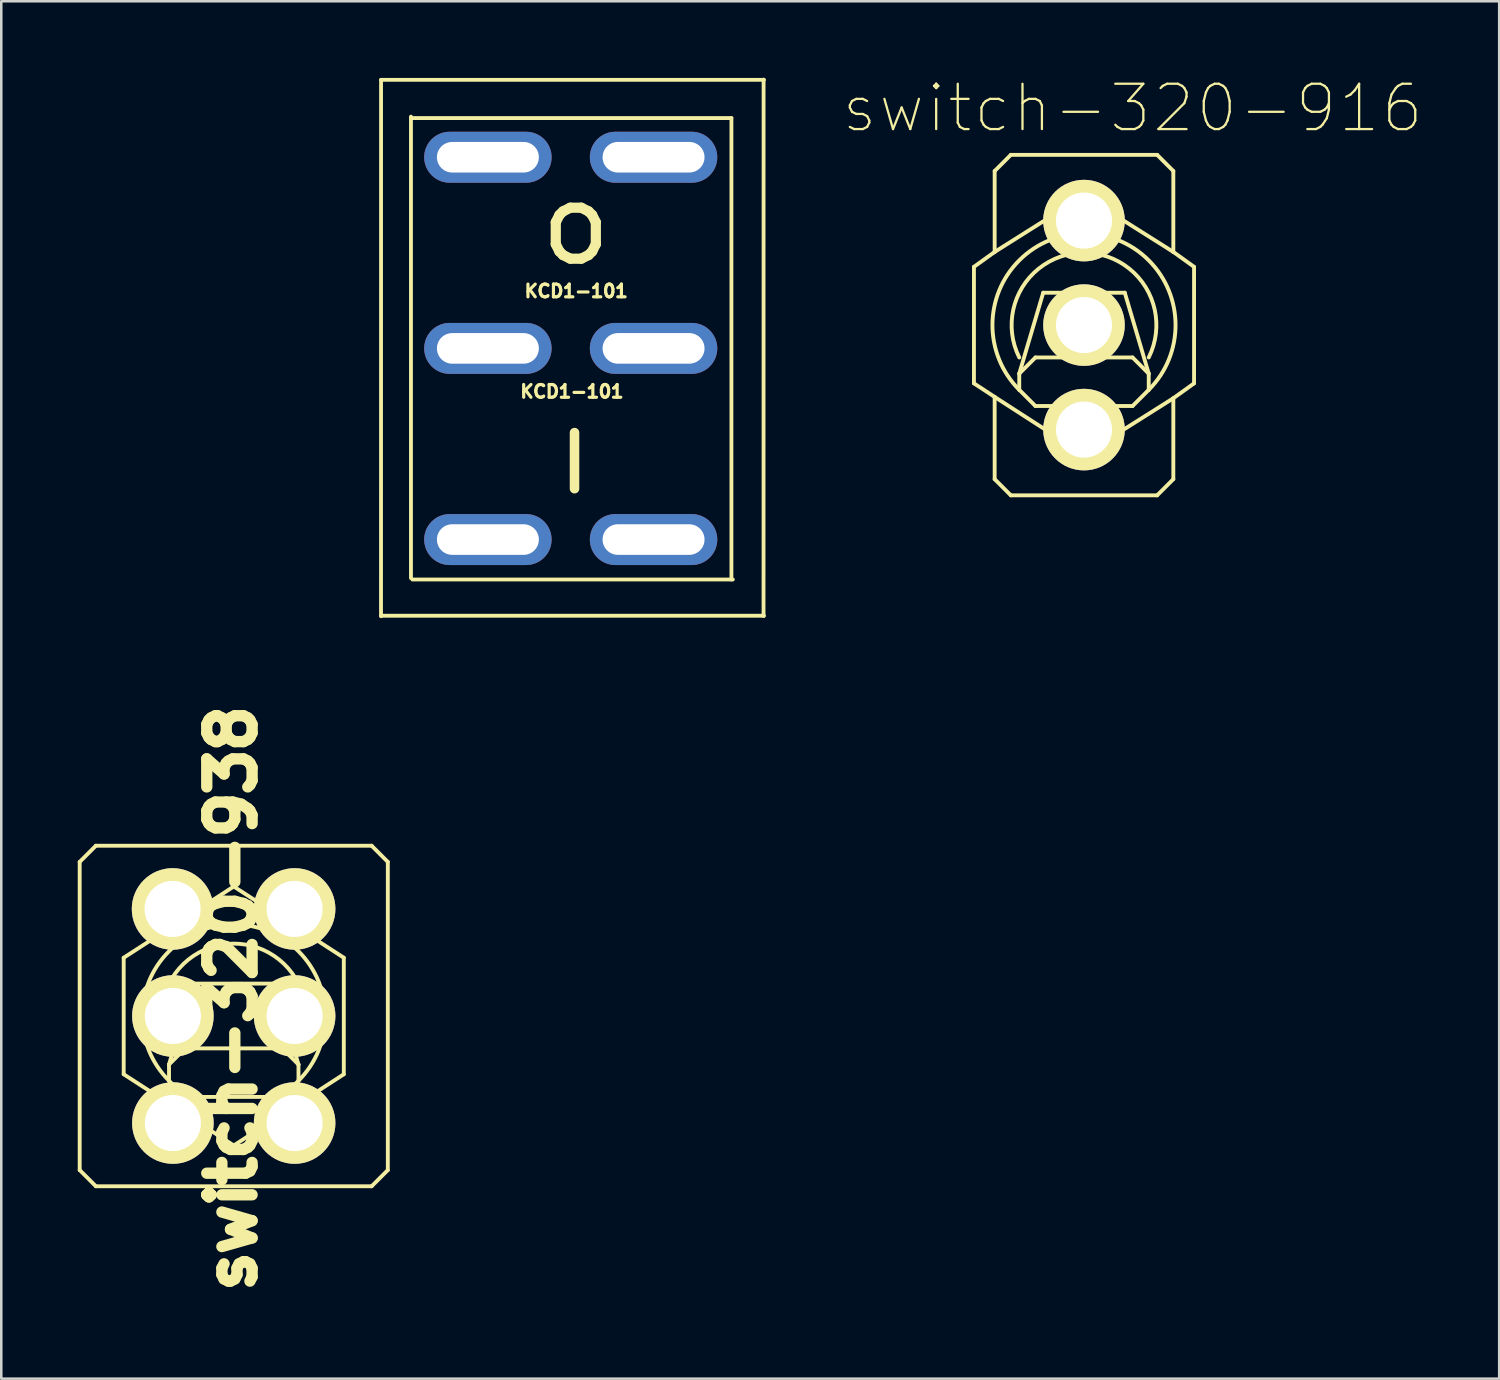
<source format=kicad_pcb>
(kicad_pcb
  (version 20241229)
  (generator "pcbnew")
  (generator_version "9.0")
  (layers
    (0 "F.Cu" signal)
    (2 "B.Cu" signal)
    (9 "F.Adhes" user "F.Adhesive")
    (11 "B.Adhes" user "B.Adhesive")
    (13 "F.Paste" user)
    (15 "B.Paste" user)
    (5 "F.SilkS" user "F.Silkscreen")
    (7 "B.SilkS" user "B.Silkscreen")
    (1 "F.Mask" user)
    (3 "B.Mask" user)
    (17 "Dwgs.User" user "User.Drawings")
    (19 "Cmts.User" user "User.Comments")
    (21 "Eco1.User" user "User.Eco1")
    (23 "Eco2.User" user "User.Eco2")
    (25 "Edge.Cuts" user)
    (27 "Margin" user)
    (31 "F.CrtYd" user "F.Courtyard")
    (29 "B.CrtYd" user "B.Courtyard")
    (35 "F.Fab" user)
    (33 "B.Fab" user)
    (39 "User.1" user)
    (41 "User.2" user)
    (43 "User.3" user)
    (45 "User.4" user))
  (footprint "switch-320-938"
    (layer "F.Cu")
    (at 6.121 36.812)
    (property "Reference" "switch-320-938" (at -0.08 -0.69 90) (layer "F.SilkS") (effects (font (size 1.778 1.778) (thickness 0.445))))
    (attr exclude_from_pos_files exclude_from_bom)
    (fp_line (start -6.045 6.045) (end -6.045 -6.045) (stroke (width 0.152) (type solid)) (layer "F.SilkS"))
    (fp_line (start -6.045 6.045) (end -5.41 6.68) (stroke (width 0.152) (type solid)) (layer "F.SilkS"))
    (fp_line (start -5.41 -6.68) (end -6.045 -6.045) (stroke (width 0.152) (type solid)) (layer "F.SilkS"))
    (fp_line (start -5.41 -6.68) (end 5.41 -6.68) (stroke (width 0.152) (type solid)) (layer "F.SilkS"))
    (fp_line (start -4.318 -2.286) (end -4.318 2.286) (stroke (width 0.152) (type solid)) (layer "F.SilkS"))
    (fp_line (start -4.318 2.286) (end 0 5.08) (stroke (width 0.152) (type solid)) (layer "F.SilkS"))
    (fp_line (start -2.54 2.54) (end -2.54 1.905) (stroke (width 0.152) (type solid)) (layer "F.SilkS"))
    (fp_line (start -2.54 2.54) (end -1.905 3.175) (stroke (width 0.152) (type solid)) (layer "F.SilkS"))
    (fp_line (start -1.905 1.27) (end -2.54 1.905) (stroke (width 0.152) (type solid)) (layer "F.SilkS"))
    (fp_line (start -1.905 1.27) (end 1.905 1.27) (stroke (width 0.152) (type solid)) (layer "F.SilkS"))
    (fp_line (start -1.6 -1.27) (end -2.54 1.905) (stroke (width 0.152) (type solid)) (layer "F.SilkS"))
    (fp_line (start -1.6 -1.27) (end 1.6 -1.27) (stroke (width 0.152) (type solid)) (layer "F.SilkS"))
    (fp_line (start 0 -5.08) (end -4.318 -2.286) (stroke (width 0.152) (type solid)) (layer "F.SilkS"))
    (fp_line (start 0 5.08) (end 4.318 2.286) (stroke (width 0.152) (type solid)) (layer "F.SilkS"))
    (fp_line (start 1.6 -1.27) (end 2.54 1.905) (stroke (width 0.152) (type solid)) (layer "F.SilkS"))
    (fp_line (start 1.905 1.27) (end 2.54 1.905) (stroke (width 0.152) (type solid)) (layer "F.SilkS"))
    (fp_line (start 1.905 3.175) (end -1.905 3.175) (stroke (width 0.152) (type solid)) (layer "F.SilkS"))
    (fp_line (start 1.905 3.175) (end 2.54 2.54) (stroke (width 0.152) (type solid)) (layer "F.SilkS"))
    (fp_line (start 2.54 1.905) (end 2.54 2.54) (stroke (width 0.152) (type solid)) (layer "F.SilkS"))
    (fp_line (start 4.318 -2.286) (end 0 -5.08) (stroke (width 0.152) (type solid)) (layer "F.SilkS"))
    (fp_line (start 4.318 -2.286) (end 4.318 2.286) (stroke (width 0.152) (type solid)) (layer "F.SilkS"))
    (fp_line (start 5.41 6.68) (end -5.41 6.68) (stroke (width 0.152) (type solid)) (layer "F.SilkS"))
    (fp_line (start 5.41 6.68) (end 6.045 6.045) (stroke (width 0.152) (type solid)) (layer "F.SilkS"))
    (fp_line (start 6.045 -6.045) (end 5.41 -6.68) (stroke (width 0.152) (type solid)) (layer "F.SilkS"))
    (fp_line (start 6.045 -6.045) (end 6.045 6.045) (stroke (width 0.152) (type solid)) (layer "F.SilkS"))
    (fp_arc (start -2.54 1.27) (mid -0.000746 -2.839806) (end 2.540667 1.268665) (stroke (width 0.1524) (type solid)) (layer "F.SilkS"))
    (fp_arc (start -2.54 2.54) (mid 0 -3.592102) (end 2.54 2.54) (stroke (width 0.1524) (type solid)) (layer "F.SilkS"))
    (pad "1" thru_hole circle (at -2.4 -4.2) (size 3.2 3.2) (drill 2.2) (layers "*.Cu" "*.Mask" "F.SilkS" "F.Paste"))
    (pad "2" thru_hole circle (at -2.388 0) (size 3.2 3.2) (drill 2.2) (layers "*.Cu" "*.Mask" "F.SilkS" "F.Paste"))
    (pad "3" thru_hole circle (at -2.388 4.2) (size 3.2 3.2) (drill 2.2) (layers "*.Cu" "*.Mask" "F.SilkS" "F.Paste"))
    (pad "4" thru_hole circle (at 2.388 -4.2) (size 3.2 3.2) (drill 2.2) (layers "*.Cu" "*.Mask" "F.SilkS" "F.Paste"))
    (pad "5" thru_hole circle (at 2.388 0) (size 3.2 3.2) (drill 2.2) (layers "*.Cu" "*.Mask" "F.SilkS" "F.Paste"))
    (pad "6" thru_hole circle (at 2.388 4.2) (size 3.2 3.2) (drill 2.2) (layers "*.Cu" "*.Mask" "F.SilkS" "F.Paste")))
  (footprint "switch-320-916"
    (layer "F.Cu")
    (at 39.48 9.705)
    (property "Reference" "switch-320-916" (at 1.905 -8.509 0) (layer "F.SilkS") (effects (font (size 1.778 1.778) (thickness 0.089))))
    (attr exclude_from_pos_files exclude_from_bom)
    (fp_line (start -4.318 -2.286) (end -4.318 2.286) (stroke (width 0.152) (type solid)) (layer "F.SilkS"))
    (fp_line (start -4.318 -2.286) (end -3.505 -2.87) (stroke (width 0.152) (type solid)) (layer "F.SilkS"))
    (fp_line (start -4.318 2.286) (end -3.505 2.819) (stroke (width 0.152) (type solid)) (layer "F.SilkS"))
    (fp_line (start -3.505 -2.87) (end -3.505 -6.045) (stroke (width 0.152) (type solid)) (layer "F.SilkS"))
    (fp_line (start -3.505 -2.87) (end 0 -5.08) (stroke (width 0.152) (type solid)) (layer "F.SilkS"))
    (fp_line (start -3.505 2.819) (end 0 5.08) (stroke (width 0.152) (type solid)) (layer "F.SilkS"))
    (fp_line (start -3.505 6.045) (end -3.505 2.819) (stroke (width 0.152) (type solid)) (layer "F.SilkS"))
    (fp_line (start -3.505 6.045) (end -2.87 6.68) (stroke (width 0.152) (type solid)) (layer "F.SilkS"))
    (fp_line (start -2.87 -6.68) (end -3.505 -6.045) (stroke (width 0.152) (type solid)) (layer "F.SilkS"))
    (fp_line (start -2.87 -6.68) (end 2.87 -6.68) (stroke (width 0.152) (type solid)) (layer "F.SilkS"))
    (fp_line (start -2.54 2.54) (end -2.54 1.905) (stroke (width 0.152) (type solid)) (layer "F.SilkS"))
    (fp_line (start -2.54 2.54) (end -1.905 3.175) (stroke (width 0.152) (type solid)) (layer "F.SilkS"))
    (fp_line (start -1.905 1.27) (end -2.54 1.905) (stroke (width 0.152) (type solid)) (layer "F.SilkS"))
    (fp_line (start -1.905 1.27) (end 1.905 1.27) (stroke (width 0.152) (type solid)) (layer "F.SilkS"))
    (fp_line (start -1.6 -1.27) (end -2.54 1.905) (stroke (width 0.152) (type solid)) (layer "F.SilkS"))
    (fp_line (start -1.6 -1.27) (end 1.6 -1.27) (stroke (width 0.152) (type solid)) (layer "F.SilkS"))
    (fp_line (start 1.6 -1.27) (end 2.54 1.905) (stroke (width 0.152) (type solid)) (layer "F.SilkS"))
    (fp_line (start 1.905 1.27) (end 2.54 1.905) (stroke (width 0.152) (type solid)) (layer "F.SilkS"))
    (fp_line (start 1.905 3.175) (end -1.905 3.175) (stroke (width 0.152) (type solid)) (layer "F.SilkS"))
    (fp_line (start 1.905 3.175) (end 2.54 2.54) (stroke (width 0.152) (type solid)) (layer "F.SilkS"))
    (fp_line (start 2.54 1.905) (end 2.54 2.54) (stroke (width 0.152) (type solid)) (layer "F.SilkS"))
    (fp_line (start 2.87 6.68) (end -2.87 6.68) (stroke (width 0.152) (type solid)) (layer "F.SilkS"))
    (fp_line (start 2.87 6.68) (end 3.505 6.045) (stroke (width 0.152) (type solid)) (layer "F.SilkS"))
    (fp_line (start 3.505 -6.045) (end 2.87 -6.68) (stroke (width 0.152) (type solid)) (layer "F.SilkS"))
    (fp_line (start 3.505 -6.045) (end 3.505 -2.87) (stroke (width 0.152) (type solid)) (layer "F.SilkS"))
    (fp_line (start 3.505 -2.87) (end 0 -5.08) (stroke (width 0.152) (type solid)) (layer "F.SilkS"))
    (fp_line (start 3.505 2.87) (end 0 5.08) (stroke (width 0.152) (type solid)) (layer "F.SilkS"))
    (fp_line (start 3.505 6.045) (end 3.505 2.87) (stroke (width 0.152) (type solid)) (layer "F.SilkS"))
    (fp_line (start 4.318 -2.286) (end 3.505 -2.87) (stroke (width 0.152) (type solid)) (layer "F.SilkS"))
    (fp_line (start 4.318 -2.286) (end 4.318 2.286) (stroke (width 0.152) (type solid)) (layer "F.SilkS"))
    (fp_line (start 4.318 2.286) (end 3.505 2.87) (stroke (width 0.152) (type solid)) (layer "F.SilkS"))
    (fp_arc (start -2.54 1.27) (mid -0.000746 -2.839806) (end 2.540667 1.268665) (stroke (width 0.1524) (type solid)) (layer "F.SilkS"))
    (fp_arc (start -2.54 2.54) (mid 0 -3.592102) (end 2.54 2.54) (stroke (width 0.1524) (type solid)) (layer "F.SilkS"))
    (pad "1" thru_hole circle (at 0 -4.1) (size 3.2 3.2) (drill 2.2) (layers "*.Cu" "*.Mask" "F.SilkS" "F.Paste"))
    (pad "2" thru_hole circle (at 0 0) (size 3.2 3.2) (drill 2.2) (layers "*.Cu" "*.Mask" "F.SilkS" "F.Paste"))
    (pad "3" thru_hole circle (at 0 4.1) (size 3.2 3.2) (drill 2.2) (layers "*.Cu" "*.Mask" "F.SilkS" "F.Paste")))
  (footprint "KCD1-101"
    (layer "F.Cu")
    (at 0.25 12.819)
    (property "Reference" "KCD1-101" (at 19.307 -4.448 0) (layer "F.SilkS") (effects (font (size 0.5 0.5) (thickness 0.125))))
    (attr exclude_from_pos_files exclude_from_bom)
    (fp_line (start 11.65 -12.737) (end 26.674 -12.737) (stroke (width 0.15) (type solid)) (layer "F.SilkS"))
    (fp_line (start 11.65 8.289) (end 26.674 8.289) (stroke (width 0.15) (type solid)) (layer "F.SilkS"))
    (fp_line (start 11.651 -12.735) (end 11.649 8.309) (stroke (width 0.15) (type solid)) (layer "F.SilkS"))
    (fp_line (start 12.824 -11.293) (end 12.824 6.812) (stroke (width 0.15) (type solid)) (layer "F.SilkS"))
    (fp_line (start 12.824 -11.237) (end 25.397 -11.237) (stroke (width 0.15) (type solid)) (layer "F.SilkS"))
    (fp_line (start 12.88 6.868) (end 25.453 6.868) (stroke (width 0.15) (type solid)) (layer "F.SilkS"))
    (fp_line (start 25.397 -11.237) (end 25.397 6.868) (stroke (width 0.15) (type solid)) (layer "F.SilkS"))
    (fp_line (start 26.659 -12.744) (end 26.657 8.3) (stroke (width 0.15) (type solid)) (layer "F.SilkS"))
    (fp_text user "KCD1-101" (at 19.139 -0.508 0) (layer "F.SilkS") (effects (font (size 0.5 0.5) (thickness 0.125))))
    (fp_text user "I" (at 19.241 2.306 0) (layer "F.SilkS") (effects (font (size 2.2 2.2) (thickness 0.375))))
    (fp_text user "o" (at 19.291 -7.087 0) (layer "F.SilkS") (effects (font (size 3 3) (thickness 0.4))))
    (pad "1" thru_hole oval (at 15.842 -9.7) (size 5 2) (drill oval 4 1.2) (layers "*.Cu" "*.Mask"))
    (pad "2" thru_hole oval (at 15.842 -2.2) (size 5 2) (drill oval 4 1.2) (layers "*.Cu" "*.Mask"))
    (pad "3" thru_hole oval (at 15.842 5.3) (size 5 2) (drill oval 4 1.2) (layers "*.Cu" "*.Mask"))
    (pad "4" thru_hole oval (at 22.342 -9.7) (size 5 2) (drill oval 4 1.2) (layers "*.Cu" "*.Mask"))
    (pad "5" thru_hole oval (at 22.342 -2.2) (size 5 2) (drill oval 4 1.2) (layers "*.Cu" "*.Mask"))
    (pad "6" thru_hole oval (at 22.342 5.3) (size 5 2) (drill oval 4 1.2) (layers "*.Cu" "*.Mask")))
  (gr_rect
    (start -3 -3)
    (end 55.77 51.041)
    (stroke (width 0.1) (type default))
    (fill no)
    (layer "Edge.Cuts")))
</source>
